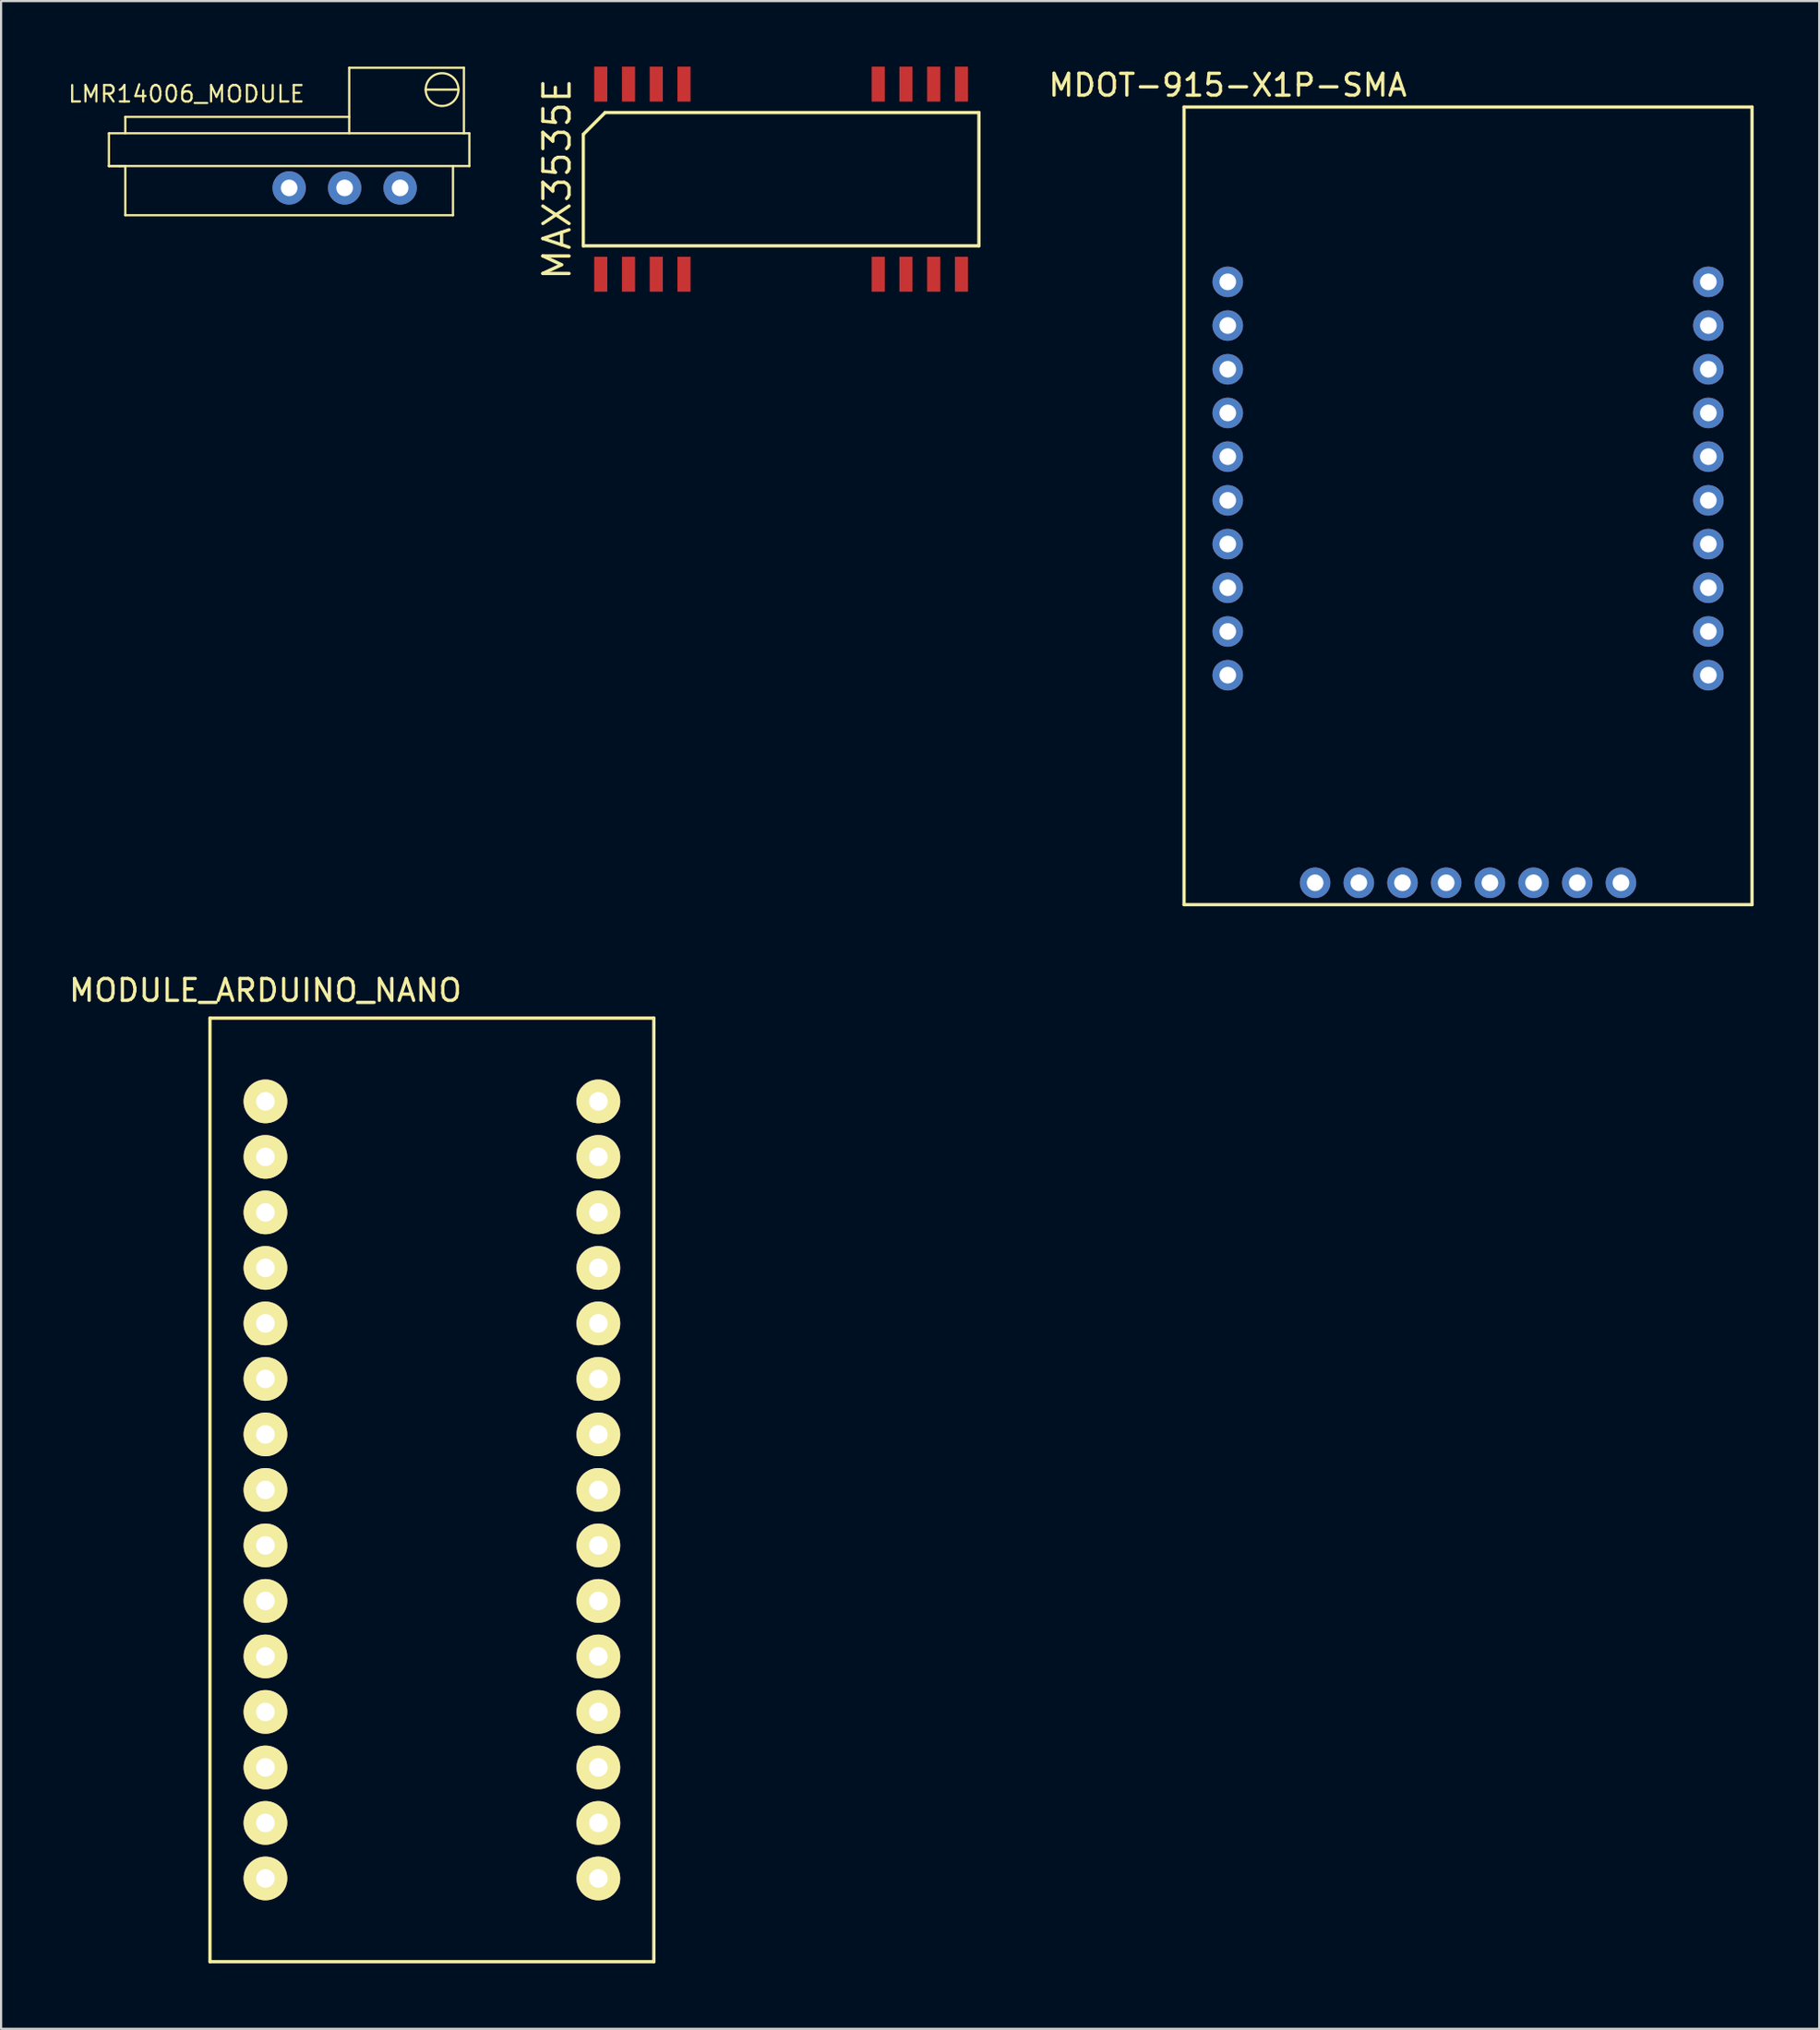
<source format=kicad_pcb>
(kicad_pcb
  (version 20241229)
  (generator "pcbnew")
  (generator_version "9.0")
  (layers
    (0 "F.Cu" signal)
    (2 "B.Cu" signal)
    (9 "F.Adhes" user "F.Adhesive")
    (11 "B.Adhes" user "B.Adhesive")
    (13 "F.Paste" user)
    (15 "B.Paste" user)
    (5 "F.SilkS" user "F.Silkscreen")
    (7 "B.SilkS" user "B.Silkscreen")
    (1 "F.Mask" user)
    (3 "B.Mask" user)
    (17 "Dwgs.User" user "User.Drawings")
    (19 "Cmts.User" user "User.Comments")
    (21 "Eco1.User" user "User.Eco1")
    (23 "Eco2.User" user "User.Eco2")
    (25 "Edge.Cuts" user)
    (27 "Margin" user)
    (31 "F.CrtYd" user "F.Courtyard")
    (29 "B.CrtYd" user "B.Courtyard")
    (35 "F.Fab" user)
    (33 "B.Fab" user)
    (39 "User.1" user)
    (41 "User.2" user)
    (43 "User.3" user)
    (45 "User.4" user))
  (footprint "MDOT-915-X1P-SMA"
    (layer "F.Cu")
    (at 53.151 9.848)
    (property "Reference" "MDOT-915-X1P-SMA" (at 0 -9 0) (layer "F.SilkS") (effects (font (size 1 1) (thickness 0.15))))
    (attr through_hole)
    (fp_line (start -2 -8) (end 24 -8) (stroke (width 0.15) (type solid)) (layer "F.SilkS"))
    (fp_line (start -2 28.5) (end -2 -8) (stroke (width 0.15) (type solid)) (layer "F.SilkS"))
    (fp_line (start 24 -8) (end 24 28.5) (stroke (width 0.15) (type solid)) (layer "F.SilkS"))
    (fp_line (start 24 28.5) (end -2 28.5) (stroke (width 0.15) (type solid)) (layer "F.SilkS"))
    (pad "1" thru_hole circle (at 0 0) (size 1.397 1.397) (drill 0.762) (layers "*.Cu" "*.Mask"))
    (pad "2" thru_hole circle (at 0 2) (size 1.397 1.397) (drill 0.762) (layers "*.Cu" "*.Mask"))
    (pad "3" thru_hole circle (at 0 4) (size 1.397 1.397) (drill 0.762) (layers "*.Cu" "*.Mask"))
    (pad "4" thru_hole circle (at 0 6) (size 1.397 1.397) (drill 0.762) (layers "*.Cu" "*.Mask"))
    (pad "5" thru_hole circle (at 0 8) (size 1.397 1.397) (drill 0.762) (layers "*.Cu" "*.Mask"))
    (pad "6" thru_hole circle (at 0 10) (size 1.397 1.397) (drill 0.762) (layers "*.Cu" "*.Mask"))
    (pad "7" thru_hole circle (at 0 12) (size 1.397 1.397) (drill 0.762) (layers "*.Cu" "*.Mask"))
    (pad "8" thru_hole circle (at 0 14) (size 1.397 1.397) (drill 0.762) (layers "*.Cu" "*.Mask"))
    (pad "9" thru_hole circle (at 0 16) (size 1.397 1.397) (drill 0.762) (layers "*.Cu" "*.Mask"))
    (pad "10" thru_hole circle (at 0 18) (size 1.397 1.397) (drill 0.762) (layers "*.Cu" "*.Mask"))
    (pad "11" thru_hole circle (at 22 18) (size 1.397 1.397) (drill 0.762) (layers "*.Cu" "*.Mask"))
    (pad "12" thru_hole circle (at 22 16) (size 1.397 1.397) (drill 0.762) (layers "*.Cu" "*.Mask"))
    (pad "13" thru_hole circle (at 22 14) (size 1.397 1.397) (drill 0.762) (layers "*.Cu" "*.Mask"))
    (pad "14" thru_hole circle (at 22 12) (size 1.397 1.397) (drill 0.762) (layers "*.Cu" "*.Mask"))
    (pad "15" thru_hole circle (at 22 10) (size 1.397 1.397) (drill 0.762) (layers "*.Cu" "*.Mask"))
    (pad "16" thru_hole circle (at 22 8) (size 1.397 1.397) (drill 0.762) (layers "*.Cu" "*.Mask"))
    (pad "17" thru_hole circle (at 22 6) (size 1.397 1.397) (drill 0.762) (layers "*.Cu" "*.Mask"))
    (pad "18" thru_hole circle (at 22 4) (size 1.397 1.397) (drill 0.762) (layers "*.Cu" "*.Mask"))
    (pad "19" thru_hole circle (at 22 2) (size 1.397 1.397) (drill 0.762) (layers "*.Cu" "*.Mask"))
    (pad "20" thru_hole circle (at 22 0) (size 1.397 1.397) (drill 0.762) (layers "*.Cu" "*.Mask"))
    (pad "21" thru_hole circle (at 4 27.5) (size 1.397 1.397) (drill 0.762) (layers "*.Cu" "*.Mask"))
    (pad "22" thru_hole circle (at 6 27.5) (size 1.397 1.397) (drill 0.762) (layers "*.Cu" "*.Mask"))
    (pad "23" thru_hole circle (at 8 27.5) (size 1.397 1.397) (drill 0.762) (layers "*.Cu" "*.Mask"))
    (pad "24" thru_hole circle (at 10 27.5) (size 1.397 1.397) (drill 0.762) (layers "*.Cu" "*.Mask"))
    (pad "25" thru_hole circle (at 12 27.5) (size 1.397 1.397) (drill 0.762) (layers "*.Cu" "*.Mask"))
    (pad "26" thru_hole circle (at 14 27.5) (size 1.397 1.397) (drill 0.762) (layers "*.Cu" "*.Mask"))
    (pad "27" thru_hole circle (at 16 27.5) (size 1.397 1.397) (drill 0.762) (layers "*.Cu" "*.Mask"))
    (pad "28" thru_hole circle (at 18 27.5) (size 1.397 1.397) (drill 0.762) (layers "*.Cu" "*.Mask")))
  (footprint "LMR14006_MODULE"
    (layer "F.Cu")
    (at 10.186 5.55)
    (property "Reference" "LMR14006_MODULE" (at -4.7 -4.3 0) (layer "F.SilkS") (effects (font (size 0.75 0.75) (thickness 0.1))))
    (attr through_hole)
    (fp_line (start -8.25 -2.5) (end -8.25 -1) (stroke (width 0.1) (type solid)) (layer "F.SilkS"))
    (fp_line (start -8.25 -1) (end -7.75 -1) (stroke (width 0.1) (type solid)) (layer "F.SilkS"))
    (fp_line (start -8.25 -1) (end 8.25 -1) (stroke (width 0.1) (type solid)) (layer "F.SilkS"))
    (fp_line (start -7.75 -1) (end -7.5 -1) (stroke (width 0.1) (type solid)) (layer "F.SilkS"))
    (fp_line (start -7.5 -3.25) (end -7.5 -2.5) (stroke (width 0.1) (type solid)) (layer "F.SilkS"))
    (fp_line (start -7.5 -1) (end -7.5 1.25) (stroke (width 0.1) (type solid)) (layer "F.SilkS"))
    (fp_line (start -7.5 1.25) (end 7.5 1.25) (stroke (width 0.1) (type solid)) (layer "F.SilkS"))
    (fp_line (start 2.75 -5.5) (end 2.75 -2.5) (stroke (width 0.1) (type solid)) (layer "F.SilkS"))
    (fp_line (start 2.75 -3.25) (end -7.5 -3.25) (stroke (width 0.1) (type solid)) (layer "F.SilkS"))
    (fp_line (start 6.25 -4.5) (end 7.75 -4.5) (stroke (width 0.1) (type solid)) (layer "F.SilkS"))
    (fp_line (start 7.5 1.25) (end 7.5 -1) (stroke (width 0.1) (type solid)) (layer "F.SilkS"))
    (fp_line (start 8 -5.5) (end 2.75 -5.5) (stroke (width 0.1) (type solid)) (layer "F.SilkS"))
    (fp_line (start 8 -2.5) (end 8 -5.5) (stroke (width 0.1) (type solid)) (layer "F.SilkS"))
    (fp_line (start 8.25 -2.5) (end -8.25 -2.5) (stroke (width 0.1) (type solid)) (layer "F.SilkS"))
    (fp_line (start 8.25 -1) (end 8.25 -2.5) (stroke (width 0.1) (type solid)) (layer "F.SilkS"))
    (fp_circle (center 7 -4.5) (end 7.75 -4.5) (stroke (width 0.1) (type solid)) (fill no) (layer "F.SilkS"))
    (pad "1" thru_hole circle (at 0 0) (size 1.524 1.524) (drill 0.762) (layers "*.Cu" "*.Mask"))
    (pad "2" thru_hole circle (at 2.54 0) (size 1.524 1.524) (drill 0.762) (layers "*.Cu" "*.Mask"))
    (pad "3" thru_hole circle (at 5.08 0) (size 1.524 1.524) (drill 0.762) (layers "*.Cu" "*.Mask")))
  (footprint "MAX3535E"
    (layer "F.Cu")
    (at 32.706 5.15)
    (property "Reference" "MAX3535E" (at -10.255 0 90) (layer "F.SilkS") (effects (font (size 1.2 1.2) (thickness 0.15))))
    (attr through_hole)
    (fp_line (start -9.055 -2.05) (end -9.055 3.05) (stroke (width 0.15) (type solid)) (layer "F.SilkS"))
    (fp_line (start -9.055 3.05) (end 9.055 3.05) (stroke (width 0.15) (type solid)) (layer "F.SilkS"))
    (fp_line (start -8.055 -3.05) (end -9.055 -2.05) (stroke (width 0.15) (type solid)) (layer "F.SilkS"))
    (fp_line (start 9.055 -3.05) (end -8.055 -3.05) (stroke (width 0.15) (type solid)) (layer "F.SilkS"))
    (fp_line (start 9.055 3.05) (end 9.055 -3.05) (stroke (width 0.15) (type solid)) (layer "F.SilkS"))
    (pad "1" smd rect (at -8.255 4.35) (size 0.6 1.6) (layers "F.Cu" "F.Mask" "F.Paste"))
    (pad "2" smd rect (at -6.985 4.35) (size 0.6 1.6) (layers "F.Cu" "F.Mask" "F.Paste"))
    (pad "3" smd rect (at -5.715 4.35) (size 0.6 1.6) (layers "F.Cu" "F.Mask" "F.Paste"))
    (pad "4" smd rect (at -4.445 4.35) (size 0.6 1.6) (layers "F.Cu" "F.Mask" "F.Paste"))
    (pad "11" smd rect (at 4.445 4.35) (size 0.6 1.6) (layers "F.Cu" "F.Mask" "F.Paste"))
    (pad "12" smd rect (at 5.715 4.35) (size 0.6 1.6) (layers "F.Cu" "F.Mask" "F.Paste"))
    (pad "13" smd rect (at 6.985 4.35) (size 0.6 1.6) (layers "F.Cu" "F.Mask" "F.Paste"))
    (pad "14" smd rect (at 8.255 4.35) (size 0.6 1.6) (layers "F.Cu" "F.Mask" "F.Paste"))
    (pad "15" smd rect (at 8.255 -4.35) (size 0.6 1.6) (layers "F.Cu" "F.Mask" "F.Paste"))
    (pad "16" smd rect (at 6.985 -4.35) (size 0.6 1.6) (layers "F.Cu" "F.Mask" "F.Paste"))
    (pad "17" smd rect (at 5.715 -4.35) (size 0.6 1.6) (layers "F.Cu" "F.Mask" "F.Paste"))
    (pad "18" smd rect (at 4.445 -4.35) (size 0.6 1.6) (layers "F.Cu" "F.Mask" "F.Paste"))
    (pad "25" smd rect (at -4.445 -4.35) (size 0.6 1.6) (layers "F.Cu" "F.Mask" "F.Paste"))
    (pad "26" smd rect (at -5.715 -4.35) (size 0.6 1.6) (layers "F.Cu" "F.Mask" "F.Paste"))
    (pad "27" smd rect (at -6.985 -4.35) (size 0.6 1.6) (layers "F.Cu" "F.Mask" "F.Paste"))
    (pad "28" smd rect (at -8.255 -4.35) (size 0.6 1.6) (layers "F.Cu" "F.Mask" "F.Paste")))
  (footprint "MODULE_ARDUINO_NANO"
    (layer "F.Cu")
    (at 9.101 47.352)
    (property "Reference" "MODULE_ARDUINO_NANO" (at 0 -5.08 0) (layer "F.SilkS") (effects (font (size 1 1) (thickness 0.15))))
    (attr through_hole)
    (fp_line (start -2.54 -3.81) (end 17.78 -3.81) (stroke (width 0.15) (type solid)) (layer "F.SilkS"))
    (fp_line (start -2.54 39.37) (end -2.54 -3.81) (stroke (width 0.15) (type solid)) (layer "F.SilkS"))
    (fp_line (start 17.78 -3.81) (end 17.78 39.37) (stroke (width 0.15) (type solid)) (layer "F.SilkS"))
    (fp_line (start 17.78 39.37) (end -2.54 39.37) (stroke (width 0.15) (type solid)) (layer "F.SilkS"))
    (pad "1" thru_hole circle (at 0 0) (size 2 2) (drill 0.85) (layers "*.Cu" "*.Mask" "F.SilkS"))
    (pad "2" thru_hole circle (at 0 2.54) (size 2 2) (drill 0.85) (layers "*.Cu" "*.Mask" "F.SilkS"))
    (pad "3" thru_hole circle (at 0 5.08) (size 2 2) (drill 0.85) (layers "*.Cu" "*.Mask" "F.SilkS"))
    (pad "4" thru_hole circle (at 0 7.62) (size 2 2) (drill 0.85) (layers "*.Cu" "*.Mask" "F.SilkS"))
    (pad "5" thru_hole circle (at 0 10.16) (size 2 2) (drill 0.85) (layers "*.Cu" "*.Mask" "F.SilkS"))
    (pad "6" thru_hole circle (at 0 12.7) (size 2 2) (drill 0.85) (layers "*.Cu" "*.Mask" "F.SilkS"))
    (pad "7" thru_hole circle (at 0 15.24) (size 2 2) (drill 0.85) (layers "*.Cu" "*.Mask" "F.SilkS"))
    (pad "8" thru_hole circle (at 0 17.78) (size 2 2) (drill 0.85) (layers "*.Cu" "*.Mask" "F.SilkS"))
    (pad "9" thru_hole circle (at 0 20.32) (size 2 2) (drill 0.85) (layers "*.Cu" "*.Mask" "F.SilkS"))
    (pad "10" thru_hole circle (at 0 22.86) (size 2 2) (drill 0.85) (layers "*.Cu" "*.Mask" "F.SilkS"))
    (pad "11" thru_hole circle (at 0 25.4) (size 2 2) (drill 0.85) (layers "*.Cu" "*.Mask" "F.SilkS"))
    (pad "12" thru_hole circle (at 0 27.94) (size 2 2) (drill 0.85) (layers "*.Cu" "*.Mask" "F.SilkS"))
    (pad "13" thru_hole circle (at 0 30.48) (size 2 2) (drill 0.85) (layers "*.Cu" "*.Mask" "F.SilkS"))
    (pad "14" thru_hole circle (at 0 33.02) (size 2 2) (drill 0.85) (layers "*.Cu" "*.Mask" "F.SilkS"))
    (pad "15" thru_hole circle (at 0 35.56) (size 2 2) (drill 0.85) (layers "*.Cu" "*.Mask" "F.SilkS"))
    (pad "16" thru_hole circle (at 15.24 35.56) (size 2 2) (drill 0.85) (layers "*.Cu" "*.Mask" "F.SilkS"))
    (pad "17" thru_hole circle (at 15.24 33.02) (size 2 2) (drill 0.85) (layers "*.Cu" "*.Mask" "F.SilkS"))
    (pad "18" thru_hole circle (at 15.24 30.48) (size 2 2) (drill 0.85) (layers "*.Cu" "*.Mask" "F.SilkS"))
    (pad "19" thru_hole circle (at 15.24 27.94) (size 2 2) (drill 0.85) (layers "*.Cu" "*.Mask" "F.SilkS"))
    (pad "20" thru_hole circle (at 15.24 25.4) (size 2 2) (drill 0.85) (layers "*.Cu" "*.Mask" "F.SilkS"))
    (pad "21" thru_hole circle (at 15.24 22.86) (size 2 2) (drill 0.85) (layers "*.Cu" "*.Mask" "F.SilkS"))
    (pad "22" thru_hole circle (at 15.24 20.32) (size 2 2) (drill 0.85) (layers "*.Cu" "*.Mask" "F.SilkS"))
    (pad "23" thru_hole circle (at 15.24 17.78) (size 2 2) (drill 0.85) (layers "*.Cu" "*.Mask" "F.SilkS"))
    (pad "24" thru_hole circle (at 15.24 15.24) (size 2 2) (drill 0.85) (layers "*.Cu" "*.Mask" "F.SilkS"))
    (pad "25" thru_hole circle (at 15.24 12.7) (size 2 2) (drill 0.85) (layers "*.Cu" "*.Mask" "F.SilkS"))
    (pad "26" thru_hole circle (at 15.24 10.16) (size 2 2) (drill 0.85) (layers "*.Cu" "*.Mask" "F.SilkS"))
    (pad "27" thru_hole circle (at 15.24 7.62) (size 2 2) (drill 0.85) (layers "*.Cu" "*.Mask" "F.SilkS"))
    (pad "28" thru_hole circle (at 15.24 5.08) (size 2 2) (drill 0.85) (layers "*.Cu" "*.Mask" "F.SilkS"))
    (pad "29" thru_hole circle (at 15.24 2.54) (size 2 2) (drill 0.85) (layers "*.Cu" "*.Mask" "F.SilkS"))
    (pad "30" thru_hole circle (at 15.24 0) (size 2 2) (drill 0.85) (layers "*.Cu" "*.Mask" "F.SilkS")))
  (gr_rect
    (start -3 -3)
    (end 80.226 89.796)
    (stroke (width 0.1) (type default))
    (fill no)
    (layer "Edge.Cuts")))
</source>
